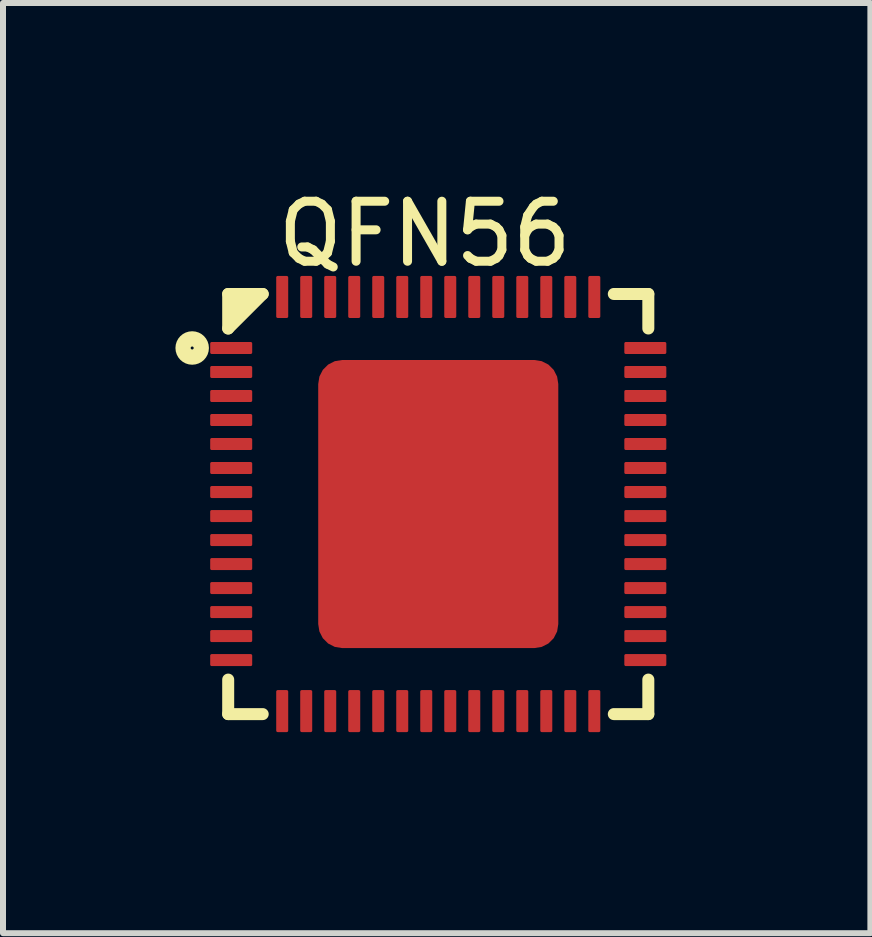
<source format=kicad_pcb>
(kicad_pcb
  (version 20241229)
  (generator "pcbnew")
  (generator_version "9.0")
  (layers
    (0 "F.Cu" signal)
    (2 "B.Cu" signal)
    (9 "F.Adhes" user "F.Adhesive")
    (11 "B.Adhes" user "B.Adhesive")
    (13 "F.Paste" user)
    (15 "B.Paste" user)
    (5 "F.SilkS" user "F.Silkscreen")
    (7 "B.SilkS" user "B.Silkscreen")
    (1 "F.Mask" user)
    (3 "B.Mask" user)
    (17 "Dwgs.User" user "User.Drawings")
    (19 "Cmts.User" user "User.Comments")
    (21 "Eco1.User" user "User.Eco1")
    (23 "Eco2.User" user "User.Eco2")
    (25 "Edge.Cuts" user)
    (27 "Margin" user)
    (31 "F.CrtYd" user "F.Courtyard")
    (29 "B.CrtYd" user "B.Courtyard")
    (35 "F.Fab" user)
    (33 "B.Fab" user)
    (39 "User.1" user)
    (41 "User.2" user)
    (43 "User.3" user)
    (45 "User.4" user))
  (footprint "QFN56"
    (layer "F.Cu")
    (at 0.802 2.748)
    (property "Reference" "QFN56" (at 3.224 -1.9 0) (layer "F.SilkS") (effects (font (size 1 1) (thickness 0.15))))
    (fp_line (start -0.05 -0.9) (end 0.525 -0.9) (stroke (width 0.2) (type solid)) (layer "F.SilkS"))
    (fp_line (start -0.05 -0.325) (end -0.05 -0.9) (stroke (width 0.2) (type solid)) (layer "F.SilkS"))
    (fp_line (start -0.05 -0.325) (end 0.525 -0.9) (stroke (width 0.2) (type solid)) (layer "F.SilkS"))
    (fp_line (start -0.05 6.1) (end -0.05 5.525) (stroke (width 0.2) (type solid)) (layer "F.SilkS"))
    (fp_line (start -0.05 6.1) (end 0.525 6.1) (stroke (width 0.2) (type solid)) (layer "F.SilkS"))
    (fp_line (start 6.375 -0.9) (end 6.95 -0.9) (stroke (width 0.2) (type solid)) (layer "F.SilkS"))
    (fp_line (start 6.375 6.1) (end 6.95 6.1) (stroke (width 0.2) (type solid)) (layer "F.SilkS"))
    (fp_line (start 6.95 -0.325) (end 6.95 -0.9) (stroke (width 0.2) (type solid)) (layer "F.SilkS"))
    (fp_line (start 6.95 6.1) (end 6.95 5.525) (stroke (width 0.2) (type solid)) (layer "F.SilkS"))
    (fp_circle (center -0.65 -0.00001) (end -0.65 -0.025) (stroke (width 0.254) (type solid)) (fill no) (layer "F.SilkS"))
    (fp_poly (pts (xy -0.05 -0.25) (xy -0.05 -0.9) (xy 0.6 -0.9)) (stroke (width 0) (type default)) (fill yes) (layer "F.SilkS"))
    (fp_line (start -0.7 -1.5) (end 6.8 -1.5) (stroke (width 0.1) (type solid)) (layer "Eco2.User"))
    (fp_line (start -0.7 -0.5) (end -0.7 -1.5) (stroke (width 0.1) (type solid)) (layer "Eco2.User"))
    (fp_line (start -0.7 6.7) (end -0.7 -0.5) (stroke (width 0.1) (type solid)) (layer "Eco2.User"))
    (fp_line (start -0.7 6.7) (end 4.1 6.7) (stroke (width 0.1) (type solid)) (layer "Eco2.User"))
    (fp_line (start 4.1 6.7) (end 7.6 6.7) (stroke (width 0.1) (type solid)) (layer "Eco2.User"))
    (fp_line (start 6.8 -1.5) (end 7.6 -1.5) (stroke (width 0.1) (type solid)) (layer "Eco2.User"))
    (fp_line (start 7.6 6.1) (end 7.6 -1.5) (stroke (width 0.1) (type solid)) (layer "Eco2.User"))
    (fp_line (start 7.6 6.7) (end 7.6 6.1) (stroke (width 0.1) (type solid)) (layer "Eco2.User"))
    (pad "1" smd roundrect (at 0 0 90) (size 0.2 0.7) (layers "F.Cu" "F.Mask" "F.Paste") (roundrect_rratio 0.125))
    (pad "2" smd roundrect (at 0 0.4 90) (size 0.2 0.7) (layers "F.Cu" "F.Mask" "F.Paste") (roundrect_rratio 0.125))
    (pad "3" smd roundrect (at 0 0.8 90) (size 0.2 0.7) (layers "F.Cu" "F.Mask" "F.Paste") (roundrect_rratio 0.125))
    (pad "4" smd roundrect (at 0 1.2 90) (size 0.2 0.7) (layers "F.Cu" "F.Mask" "F.Paste") (roundrect_rratio 0.125))
    (pad "5" smd roundrect (at 0 1.6 90) (size 0.2 0.7) (layers "F.Cu" "F.Mask" "F.Paste") (roundrect_rratio 0.125))
    (pad "6" smd roundrect (at 0 2 90) (size 0.2 0.7) (layers "F.Cu" "F.Mask" "F.Paste") (roundrect_rratio 0.125))
    (pad "7" smd roundrect (at 0 2.4 90) (size 0.2 0.7) (layers "F.Cu" "F.Mask" "F.Paste") (roundrect_rratio 0.125))
    (pad "8" smd roundrect (at 0 2.8 90) (size 0.2 0.7) (layers "F.Cu" "F.Mask" "F.Paste") (roundrect_rratio 0.125))
    (pad "9" smd roundrect (at 0 3.2 90) (size 0.2 0.7) (layers "F.Cu" "F.Mask" "F.Paste") (roundrect_rratio 0.125))
    (pad "10" smd roundrect (at 0 3.6 90) (size 0.2 0.7) (layers "F.Cu" "F.Mask" "F.Paste") (roundrect_rratio 0.125))
    (pad "11" smd roundrect (at 0 4 90) (size 0.2 0.7) (layers "F.Cu" "F.Mask" "F.Paste") (roundrect_rratio 0.125))
    (pad "12" smd roundrect (at 0 4.4 90) (size 0.2 0.7) (layers "F.Cu" "F.Mask" "F.Paste") (roundrect_rratio 0.125))
    (pad "13" smd roundrect (at 0 4.8 90) (size 0.2 0.7) (layers "F.Cu" "F.Mask" "F.Paste") (roundrect_rratio 0.125))
    (pad "14" smd roundrect (at 0 5.2 90) (size 0.2 0.7) (layers "F.Cu" "F.Mask" "F.Paste") (roundrect_rratio 0.125))
    (pad "15" smd roundrect (at 0.85 6.05) (size 0.2 0.7) (layers "F.Cu" "F.Mask" "F.Paste") (roundrect_rratio 0.125))
    (pad "16" smd roundrect (at 1.25 6.05) (size 0.2 0.7) (layers "F.Cu" "F.Mask" "F.Paste") (roundrect_rratio 0.125))
    (pad "17" smd roundrect (at 1.65 6.05) (size 0.2 0.7) (layers "F.Cu" "F.Mask" "F.Paste") (roundrect_rratio 0.125))
    (pad "18" smd roundrect (at 2.05 6.05) (size 0.2 0.7) (layers "F.Cu" "F.Mask" "F.Paste") (roundrect_rratio 0.125))
    (pad "19" smd roundrect (at 2.45 6.05) (size 0.2 0.7) (layers "F.Cu" "F.Mask" "F.Paste") (roundrect_rratio 0.125))
    (pad "20" smd roundrect (at 2.85 6.05) (size 0.2 0.7) (layers "F.Cu" "F.Mask" "F.Paste") (roundrect_rratio 0.125))
    (pad "21" smd roundrect (at 3.25 6.05) (size 0.2 0.7) (layers "F.Cu" "F.Mask" "F.Paste") (roundrect_rratio 0.125))
    (pad "22" smd roundrect (at 3.65 6.05) (size 0.2 0.7) (layers "F.Cu" "F.Mask" "F.Paste") (roundrect_rratio 0.125))
    (pad "23" smd roundrect (at 4.05 6.05) (size 0.2 0.7) (layers "F.Cu" "F.Mask" "F.Paste") (roundrect_rratio 0.125))
    (pad "24" smd roundrect (at 4.45 6.05) (size 0.2 0.7) (layers "F.Cu" "F.Mask" "F.Paste") (roundrect_rratio 0.125))
    (pad "25" smd roundrect (at 4.85 6.05) (size 0.2 0.7) (layers "F.Cu" "F.Mask" "F.Paste") (roundrect_rratio 0.125))
    (pad "26" smd roundrect (at 5.25 6.05) (size 0.2 0.7) (layers "F.Cu" "F.Mask" "F.Paste") (roundrect_rratio 0.125))
    (pad "27" smd roundrect (at 5.65 6.05) (size 0.2 0.7) (layers "F.Cu" "F.Mask" "F.Paste") (roundrect_rratio 0.125))
    (pad "28" smd roundrect (at 6.05 6.05) (size 0.2 0.7) (layers "F.Cu" "F.Mask" "F.Paste") (roundrect_rratio 0.125))
    (pad "29" smd roundrect (at 6.9 5.2 90) (size 0.2 0.7) (layers "F.Cu" "F.Mask" "F.Paste") (roundrect_rratio 0.125))
    (pad "30" smd roundrect (at 6.9 4.8 90) (size 0.2 0.7) (layers "F.Cu" "F.Mask" "F.Paste") (roundrect_rratio 0.125))
    (pad "31" smd roundrect (at 6.9 4.4 90) (size 0.2 0.7) (layers "F.Cu" "F.Mask" "F.Paste") (roundrect_rratio 0.125))
    (pad "32" smd roundrect (at 6.9 4 90) (size 0.2 0.7) (layers "F.Cu" "F.Mask" "F.Paste") (roundrect_rratio 0.125))
    (pad "33" smd roundrect (at 6.9 3.6 90) (size 0.2 0.7) (layers "F.Cu" "F.Mask" "F.Paste") (roundrect_rratio 0.125))
    (pad "34" smd roundrect (at 6.9 3.2 90) (size 0.2 0.7) (layers "F.Cu" "F.Mask" "F.Paste") (roundrect_rratio 0.125))
    (pad "35" smd roundrect (at 6.9 2.8 90) (size 0.2 0.7) (layers "F.Cu" "F.Mask" "F.Paste") (roundrect_rratio 0.125))
    (pad "36" smd roundrect (at 6.9 2.4 90) (size 0.2 0.7) (layers "F.Cu" "F.Mask" "F.Paste") (roundrect_rratio 0.125))
    (pad "37" smd roundrect (at 6.9 2 90) (size 0.2 0.7) (layers "F.Cu" "F.Mask" "F.Paste") (roundrect_rratio 0.125))
    (pad "38" smd roundrect (at 6.9 1.6 90) (size 0.2 0.7) (layers "F.Cu" "F.Mask" "F.Paste") (roundrect_rratio 0.125))
    (pad "39" smd roundrect (at 6.9 1.2 90) (size 0.2 0.7) (layers "F.Cu" "F.Mask" "F.Paste") (roundrect_rratio 0.125))
    (pad "40" smd roundrect (at 6.9 0.8 90) (size 0.2 0.7) (layers "F.Cu" "F.Mask" "F.Paste") (roundrect_rratio 0.125))
    (pad "41" smd roundrect (at 6.9 0.4 90) (size 0.2 0.7) (layers "F.Cu" "F.Mask" "F.Paste") (roundrect_rratio 0.125))
    (pad "42" smd roundrect (at 6.9 -0.00001 90) (size 0.2 0.7) (layers "F.Cu" "F.Mask" "F.Paste") (roundrect_rratio 0.125))
    (pad "43" smd roundrect (at 6.05 -0.85) (size 0.2 0.7) (layers "F.Cu" "F.Mask" "F.Paste") (roundrect_rratio 0.125))
    (pad "44" smd roundrect (at 5.65 -0.85) (size 0.2 0.7) (layers "F.Cu" "F.Mask" "F.Paste") (roundrect_rratio 0.125))
    (pad "45" smd roundrect (at 5.25 -0.85) (size 0.2 0.7) (layers "F.Cu" "F.Mask" "F.Paste") (roundrect_rratio 0.125))
    (pad "46" smd roundrect (at 4.85 -0.85) (size 0.2 0.7) (layers "F.Cu" "F.Mask" "F.Paste") (roundrect_rratio 0.125))
    (pad "47" smd roundrect (at 4.45 -0.85) (size 0.2 0.7) (layers "F.Cu" "F.Mask" "F.Paste") (roundrect_rratio 0.125))
    (pad "48" smd roundrect (at 4.05 -0.85) (size 0.2 0.7) (layers "F.Cu" "F.Mask" "F.Paste") (roundrect_rratio 0.125))
    (pad "49" smd roundrect (at 3.65 -0.85) (size 0.2 0.7) (layers "F.Cu" "F.Mask" "F.Paste") (roundrect_rratio 0.125))
    (pad "50" smd roundrect (at 3.25 -0.85) (size 0.2 0.7) (layers "F.Cu" "F.Mask" "F.Paste") (roundrect_rratio 0.125))
    (pad "51" smd roundrect (at 2.85 -0.85) (size 0.2 0.7) (layers "F.Cu" "F.Mask" "F.Paste") (roundrect_rratio 0.125))
    (pad "52" smd roundrect (at 2.45 -0.85) (size 0.2 0.7) (layers "F.Cu" "F.Mask" "F.Paste") (roundrect_rratio 0.125))
    (pad "53" smd roundrect (at 2.05 -0.85) (size 0.2 0.7) (layers "F.Cu" "F.Mask" "F.Paste") (roundrect_rratio 0.125))
    (pad "54" smd roundrect (at 1.65 -0.85) (size 0.2 0.7) (layers "F.Cu" "F.Mask" "F.Paste") (roundrect_rratio 0.125))
    (pad "55" smd roundrect (at 1.25 -0.85) (size 0.2 0.7) (layers "F.Cu" "F.Mask" "F.Paste") (roundrect_rratio 0.125))
    (pad "56" smd roundrect (at 0.85 -0.85) (size 0.2 0.7) (layers "F.Cu" "F.Mask" "F.Paste") (roundrect_rratio 0.125))
    (pad "57" smd roundrect (at 3.45 2.6) (size 4 4.8) (layers "F.Cu" "F.Mask" "F.Paste") (roundrect_rratio 0.1)))
  (gr_rect
    (start -3 -3)
    (end 11.452 12.498)
    (stroke (width 0.1) (type default))
    (fill no)
    (layer "Edge.Cuts")))
</source>
